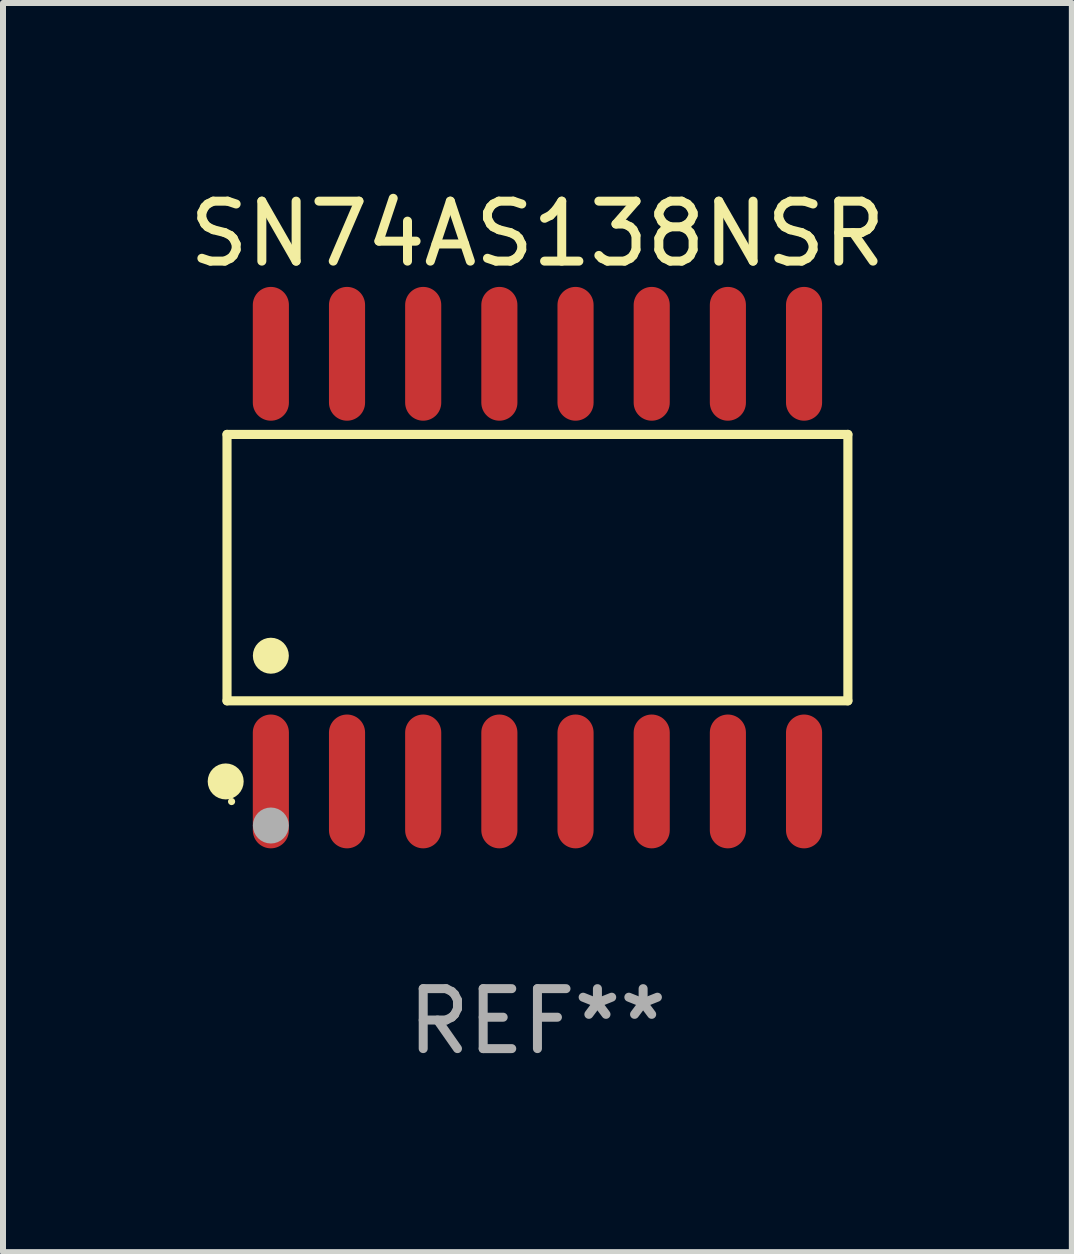
<source format=kicad_pcb>
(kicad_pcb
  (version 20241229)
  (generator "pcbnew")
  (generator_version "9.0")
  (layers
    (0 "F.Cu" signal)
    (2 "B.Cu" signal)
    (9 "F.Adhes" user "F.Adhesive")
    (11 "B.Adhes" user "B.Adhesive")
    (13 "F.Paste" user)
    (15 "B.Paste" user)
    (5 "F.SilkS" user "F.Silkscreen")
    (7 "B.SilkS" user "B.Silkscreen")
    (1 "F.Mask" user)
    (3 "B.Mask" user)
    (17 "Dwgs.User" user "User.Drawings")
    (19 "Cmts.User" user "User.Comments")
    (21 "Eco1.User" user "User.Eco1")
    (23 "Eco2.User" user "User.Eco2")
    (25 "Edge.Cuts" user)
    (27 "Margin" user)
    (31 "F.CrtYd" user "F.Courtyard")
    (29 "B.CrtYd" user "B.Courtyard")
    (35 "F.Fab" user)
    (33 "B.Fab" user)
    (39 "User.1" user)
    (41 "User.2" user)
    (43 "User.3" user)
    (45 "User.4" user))
  (footprint "SN74AS138NSR"
    (layer "F.Cu")
    (at 5.911 6.414)
    (property "Reference" "SN74AS138NSR" (at 0 -5.565 0) (layer "F.SilkS") (effects (font (size 1 1) (thickness 0.15))))
    (attr through_hole)
    (fp_line (start -5.176 -2.221) (end 5.176 -2.221) (stroke (width 0.152) (type solid)) (layer "F.SilkS"))
    (fp_line (start -5.176 2.221) (end -5.176 -2.221) (stroke (width 0.152) (type solid)) (layer "F.SilkS"))
    (fp_line (start 5.176 -2.221) (end 5.176 2.221) (stroke (width 0.152) (type solid)) (layer "F.SilkS"))
    (fp_line (start 5.176 2.221) (end -5.176 2.221) (stroke (width 0.152) (type solid)) (layer "F.SilkS"))
    (fp_circle (center -5.198 3.565) (end -5.048 3.565) (stroke (width 0.3) (type solid)) (fill no) (layer "F.SilkS"))
    (fp_circle (center -5.1 3.9) (end -5.07 3.9) (stroke (width 0.06) (type solid)) (fill no) (layer "F.SilkS"))
    (fp_circle (center -4.445 1.469) (end -4.295 1.469) (stroke (width 0.3) (type solid)) (fill no) (layer "F.SilkS"))
    (fp_circle (center -4.445 4.3) (end -4.295 4.3) (stroke (width 0.3) (type solid)) (fill no) (layer "F.Fab"))
    (fp_text user "REF**" (at 0 7.565 0) (layer "F.Fab") (effects (font (size 1 1) (thickness 0.15))))
    (pad "1" smd oval (at -4.445 3.565) (size 0.602 2.231) (layers "F.Cu" "F.Mask" "F.Paste"))
    (pad "2" smd oval (at -3.175 3.565) (size 0.602 2.231) (layers "F.Cu" "F.Mask" "F.Paste"))
    (pad "3" smd oval (at -1.905 3.565) (size 0.602 2.231) (layers "F.Cu" "F.Mask" "F.Paste"))
    (pad "4" smd oval (at -0.635 3.565) (size 0.602 2.231) (layers "F.Cu" "F.Mask" "F.Paste"))
    (pad "5" smd oval (at 0.635 3.565) (size 0.602 2.231) (layers "F.Cu" "F.Mask" "F.Paste"))
    (pad "6" smd oval (at 1.905 3.565) (size 0.602 2.231) (layers "F.Cu" "F.Mask" "F.Paste"))
    (pad "7" smd oval (at 3.175 3.565) (size 0.602 2.231) (layers "F.Cu" "F.Mask" "F.Paste"))
    (pad "8" smd oval (at 4.445 3.565) (size 0.602 2.231) (layers "F.Cu" "F.Mask" "F.Paste"))
    (pad "9" smd oval (at 4.445 -3.565) (size 0.602 2.231) (layers "F.Cu" "F.Mask" "F.Paste"))
    (pad "10" smd oval (at 3.175 -3.565) (size 0.602 2.231) (layers "F.Cu" "F.Mask" "F.Paste"))
    (pad "11" smd oval (at 1.905 -3.565) (size 0.602 2.231) (layers "F.Cu" "F.Mask" "F.Paste"))
    (pad "12" smd oval (at 0.635 -3.565) (size 0.602 2.231) (layers "F.Cu" "F.Mask" "F.Paste"))
    (pad "13" smd oval (at -0.635 -3.565) (size 0.602 2.231) (layers "F.Cu" "F.Mask" "F.Paste"))
    (pad "14" smd oval (at -1.905 -3.565) (size 0.602 2.231) (layers "F.Cu" "F.Mask" "F.Paste"))
    (pad "15" smd oval (at -3.175 -3.565) (size 0.602 2.231) (layers "F.Cu" "F.Mask" "F.Paste"))
    (pad "16" smd oval (at -4.445 -3.565) (size 0.602 2.231) (layers "F.Cu" "F.Mask" "F.Paste")))
  (gr_rect
    (start -3 -3)
    (end 14.821 17.827)
    (stroke (width 0.1) (type default))
    (fill no)
    (layer "Edge.Cuts")))
</source>
